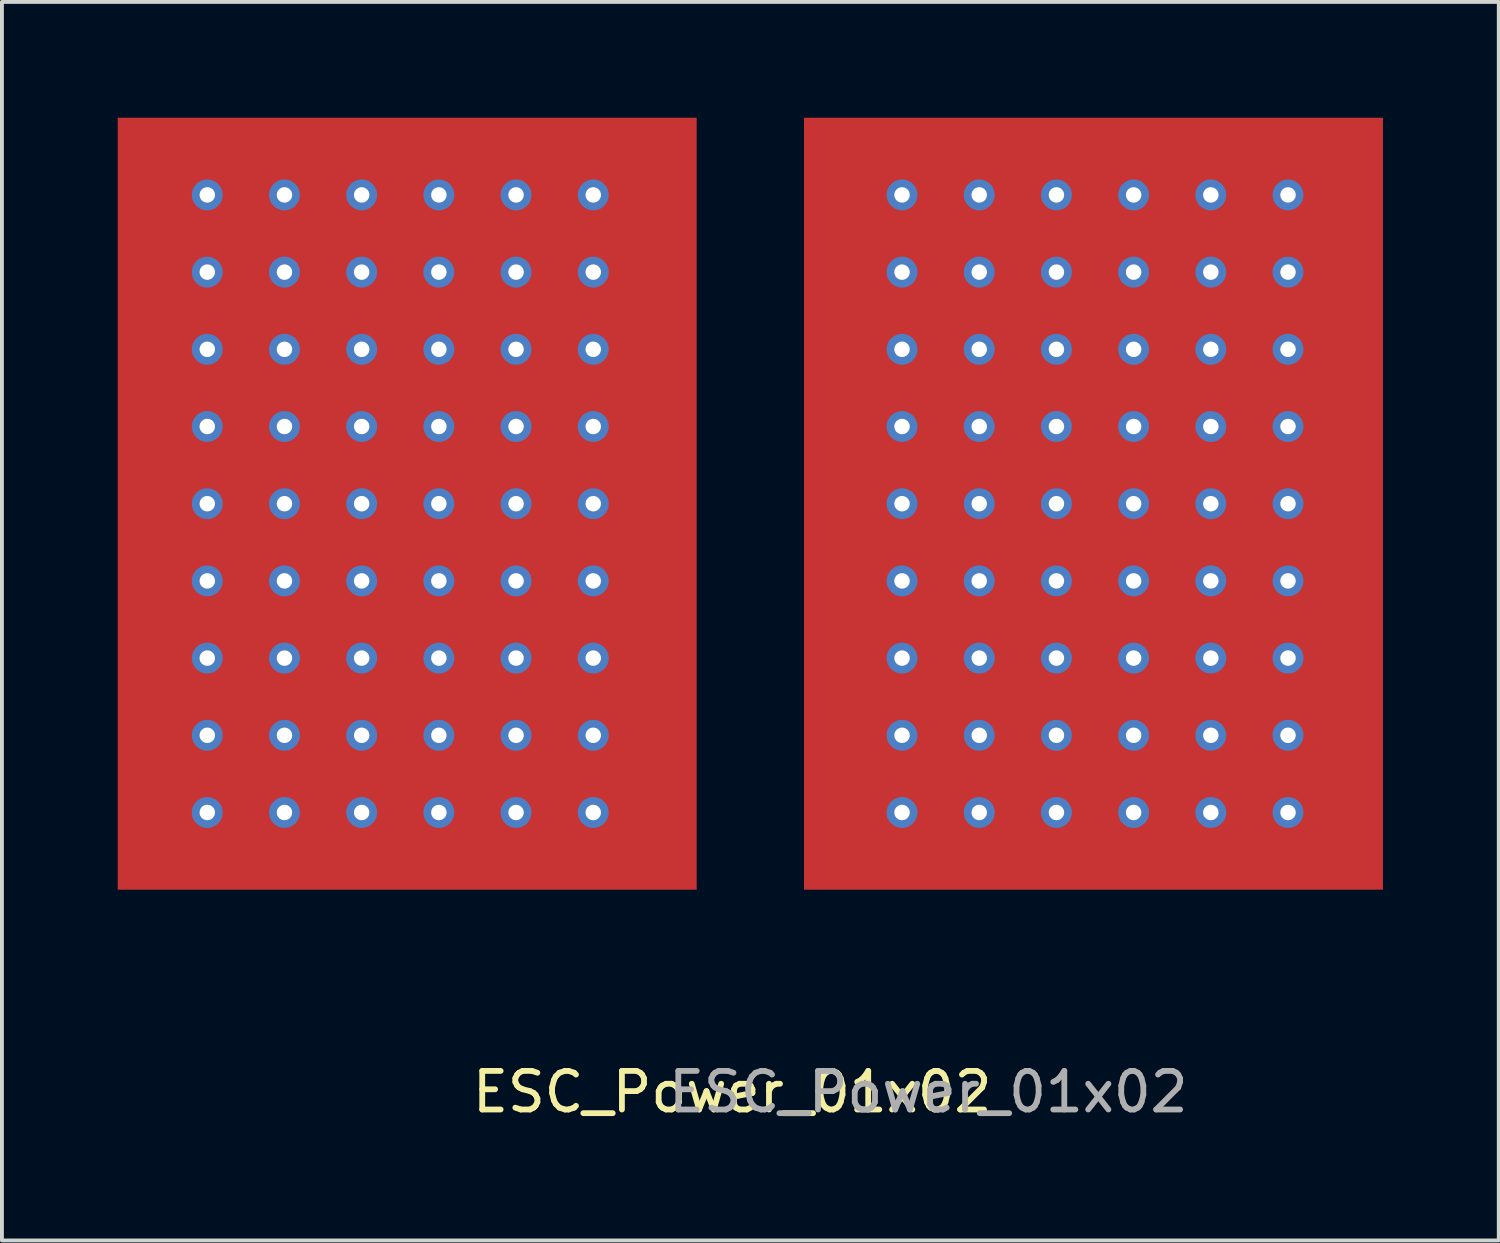
<source format=kicad_pcb>
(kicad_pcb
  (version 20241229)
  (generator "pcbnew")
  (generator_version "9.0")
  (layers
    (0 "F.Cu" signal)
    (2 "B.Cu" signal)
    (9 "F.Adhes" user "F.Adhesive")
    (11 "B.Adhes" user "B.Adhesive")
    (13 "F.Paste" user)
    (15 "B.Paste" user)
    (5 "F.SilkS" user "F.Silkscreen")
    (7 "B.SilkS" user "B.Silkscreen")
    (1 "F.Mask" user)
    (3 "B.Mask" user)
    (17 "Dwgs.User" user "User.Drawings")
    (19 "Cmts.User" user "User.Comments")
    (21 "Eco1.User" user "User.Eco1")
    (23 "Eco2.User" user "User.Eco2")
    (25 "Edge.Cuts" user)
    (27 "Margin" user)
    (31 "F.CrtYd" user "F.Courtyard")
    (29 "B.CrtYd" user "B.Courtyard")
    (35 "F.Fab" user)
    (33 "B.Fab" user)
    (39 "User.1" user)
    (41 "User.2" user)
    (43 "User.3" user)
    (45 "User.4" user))
  (footprint "ESC_Power_01x02"
    (layer "F.Cu")
    (at 16.32 10)
    (property "Reference" "ESC_Power_01x02" (at -0.4 15.24 0) (unlocked yes) (layer "F.SilkS") (effects (font (size 1 1) (thickness 0.15))))
    (attr smd)
    (fp_text user "${REFERENCE}" (at 4.68 15.24 0) (unlocked yes) (layer "F.Fab") (effects (font (size 1 1) (thickness 0.15))))
    (pad "1" thru_hole circle (at -14 -8) (size 0.8 0.8) (drill 0.4) (layers "*.Cu" "*.Mask"))
    (pad "1" thru_hole circle (at -14 -6) (size 0.8 0.8) (drill 0.4) (layers "*.Cu" "*.Mask"))
    (pad "1" thru_hole circle (at -14 -4) (size 0.8 0.8) (drill 0.4) (layers "*.Cu" "*.Mask"))
    (pad "1" thru_hole circle (at -14 -2) (size 0.8 0.8) (drill 0.4) (layers "*.Cu" "*.Mask"))
    (pad "1" thru_hole circle (at -14 0) (size 0.8 0.8) (drill 0.4) (layers "*.Cu" "*.Mask"))
    (pad "1" thru_hole circle (at -14 2) (size 0.8 0.8) (drill 0.4) (layers "*.Cu" "*.Mask"))
    (pad "1" thru_hole circle (at -14 4) (size 0.8 0.8) (drill 0.4) (layers "*.Cu" "*.Mask"))
    (pad "1" thru_hole circle (at -14 6) (size 0.8 0.8) (drill 0.4) (layers "*.Cu" "*.Mask"))
    (pad "1" thru_hole circle (at -14 8) (size 0.8 0.8) (drill 0.4) (layers "*.Cu" "*.Mask"))
    (pad "1" thru_hole circle (at -12 -8) (size 0.8 0.8) (drill 0.4) (layers "*.Cu" "*.Mask"))
    (pad "1" thru_hole circle (at -12 -6) (size 0.8 0.8) (drill 0.4) (layers "*.Cu" "*.Mask"))
    (pad "1" thru_hole circle (at -12 -4) (size 0.8 0.8) (drill 0.4) (layers "*.Cu" "*.Mask"))
    (pad "1" thru_hole circle (at -12 -2) (size 0.8 0.8) (drill 0.4) (layers "*.Cu" "*.Mask"))
    (pad "1" thru_hole circle (at -12 0) (size 0.8 0.8) (drill 0.4) (layers "*.Cu" "*.Mask"))
    (pad "1" thru_hole circle (at -12 2) (size 0.8 0.8) (drill 0.4) (layers "*.Cu" "*.Mask"))
    (pad "1" thru_hole circle (at -12 4) (size 0.8 0.8) (drill 0.4) (layers "*.Cu" "*.Mask"))
    (pad "1" thru_hole circle (at -12 6) (size 0.8 0.8) (drill 0.4) (layers "*.Cu" "*.Mask"))
    (pad "1" thru_hole circle (at -12 8) (size 0.8 0.8) (drill 0.4) (layers "*.Cu" "*.Mask"))
    (pad "1" thru_hole circle (at -10 -8) (size 0.8 0.8) (drill 0.4) (layers "*.Cu" "*.Mask"))
    (pad "1" thru_hole circle (at -10 -6) (size 0.8 0.8) (drill 0.4) (layers "*.Cu" "*.Mask"))
    (pad "1" thru_hole circle (at -10 -4) (size 0.8 0.8) (drill 0.4) (layers "*.Cu" "*.Mask"))
    (pad "1" thru_hole circle (at -10 -2) (size 0.8 0.8) (drill 0.4) (layers "*.Cu" "*.Mask"))
    (pad "1" thru_hole circle (at -10 0) (size 0.8 0.8) (drill 0.4) (layers "*.Cu" "*.Mask"))
    (pad "1" thru_hole circle (at -10 2) (size 0.8 0.8) (drill 0.4) (layers "*.Cu" "*.Mask"))
    (pad "1" thru_hole circle (at -10 4) (size 0.8 0.8) (drill 0.4) (layers "*.Cu" "*.Mask"))
    (pad "1" thru_hole circle (at -10 6) (size 0.8 0.8) (drill 0.4) (layers "*.Cu" "*.Mask"))
    (pad "1" thru_hole circle (at -10 8) (size 0.8 0.8) (drill 0.4) (layers "*.Cu" "*.Mask"))
    (pad "1" smd trapezoid (at -8.82 0) (size 15 20) (layers "F.Cu" "F.Mask" "F.Paste"))
    (pad "1" thru_hole circle (at -8 -8) (size 0.8 0.8) (drill 0.4) (layers "*.Cu" "*.Mask"))
    (pad "1" thru_hole circle (at -8 -6) (size 0.8 0.8) (drill 0.4) (layers "*.Cu" "*.Mask"))
    (pad "1" thru_hole circle (at -8 -4) (size 0.8 0.8) (drill 0.4) (layers "*.Cu" "*.Mask"))
    (pad "1" thru_hole circle (at -8 -2) (size 0.8 0.8) (drill 0.4) (layers "*.Cu" "*.Mask"))
    (pad "1" thru_hole circle (at -8 0) (size 0.8 0.8) (drill 0.4) (layers "*.Cu" "*.Mask"))
    (pad "1" thru_hole circle (at -8 2) (size 0.8 0.8) (drill 0.4) (layers "*.Cu" "*.Mask"))
    (pad "1" thru_hole circle (at -8 4) (size 0.8 0.8) (drill 0.4) (layers "*.Cu" "*.Mask"))
    (pad "1" thru_hole circle (at -8 6) (size 0.8 0.8) (drill 0.4) (layers "*.Cu" "*.Mask"))
    (pad "1" thru_hole circle (at -8 8) (size 0.8 0.8) (drill 0.4) (layers "*.Cu" "*.Mask"))
    (pad "1" thru_hole circle (at -6 -8) (size 0.8 0.8) (drill 0.4) (layers "*.Cu" "*.Mask"))
    (pad "1" thru_hole circle (at -6 -6) (size 0.8 0.8) (drill 0.4) (layers "*.Cu" "*.Mask"))
    (pad "1" thru_hole circle (at -6 -4) (size 0.8 0.8) (drill 0.4) (layers "*.Cu" "*.Mask"))
    (pad "1" thru_hole circle (at -6 -2) (size 0.8 0.8) (drill 0.4) (layers "*.Cu" "*.Mask"))
    (pad "1" thru_hole circle (at -6 0) (size 0.8 0.8) (drill 0.4) (layers "*.Cu" "*.Mask"))
    (pad "1" thru_hole circle (at -6 2) (size 0.8 0.8) (drill 0.4) (layers "*.Cu" "*.Mask"))
    (pad "1" thru_hole circle (at -6 4) (size 0.8 0.8) (drill 0.4) (layers "*.Cu" "*.Mask"))
    (pad "1" thru_hole circle (at -6 6) (size 0.8 0.8) (drill 0.4) (layers "*.Cu" "*.Mask"))
    (pad "1" thru_hole circle (at -6 8) (size 0.8 0.8) (drill 0.4) (layers "*.Cu" "*.Mask"))
    (pad "1" thru_hole circle (at -4 -8) (size 0.8 0.8) (drill 0.4) (layers "*.Cu" "*.Mask"))
    (pad "1" thru_hole circle (at -4 -6) (size 0.8 0.8) (drill 0.4) (layers "*.Cu" "*.Mask"))
    (pad "1" thru_hole circle (at -4 -4) (size 0.8 0.8) (drill 0.4) (layers "*.Cu" "*.Mask"))
    (pad "1" thru_hole circle (at -4 -2) (size 0.8 0.8) (drill 0.4) (layers "*.Cu" "*.Mask"))
    (pad "1" thru_hole circle (at -4 0) (size 0.8 0.8) (drill 0.4) (layers "*.Cu" "*.Mask"))
    (pad "1" thru_hole circle (at -4 2) (size 0.8 0.8) (drill 0.4) (layers "*.Cu" "*.Mask"))
    (pad "1" thru_hole circle (at -4 4) (size 0.8 0.8) (drill 0.4) (layers "*.Cu" "*.Mask"))
    (pad "1" thru_hole circle (at -4 6) (size 0.8 0.8) (drill 0.4) (layers "*.Cu" "*.Mask"))
    (pad "1" thru_hole circle (at -4 8) (size 0.8 0.8) (drill 0.4) (layers "*.Cu" "*.Mask"))
    (pad "2" thru_hole circle (at 4 -8) (size 0.8 0.8) (drill 0.4) (layers "*.Cu" "*.Mask"))
    (pad "2" thru_hole circle (at 4 -6) (size 0.8 0.8) (drill 0.4) (layers "*.Cu" "*.Mask"))
    (pad "2" thru_hole circle (at 4 -4) (size 0.8 0.8) (drill 0.4) (layers "*.Cu" "*.Mask"))
    (pad "2" thru_hole circle (at 4 -2) (size 0.8 0.8) (drill 0.4) (layers "*.Cu" "*.Mask"))
    (pad "2" thru_hole circle (at 4 0) (size 0.8 0.8) (drill 0.4) (layers "*.Cu" "*.Mask"))
    (pad "2" thru_hole circle (at 4 2) (size 0.8 0.8) (drill 0.4) (layers "*.Cu" "*.Mask"))
    (pad "2" thru_hole circle (at 4 4) (size 0.8 0.8) (drill 0.4) (layers "*.Cu" "*.Mask"))
    (pad "2" thru_hole circle (at 4 6) (size 0.8 0.8) (drill 0.4) (layers "*.Cu" "*.Mask"))
    (pad "2" thru_hole circle (at 4 8) (size 0.8 0.8) (drill 0.4) (layers "*.Cu" "*.Mask"))
    (pad "2" thru_hole circle (at 6 -8) (size 0.8 0.8) (drill 0.4) (layers "*.Cu" "*.Mask"))
    (pad "2" thru_hole circle (at 6 -6) (size 0.8 0.8) (drill 0.4) (layers "*.Cu" "*.Mask"))
    (pad "2" thru_hole circle (at 6 -4) (size 0.8 0.8) (drill 0.4) (layers "*.Cu" "*.Mask"))
    (pad "2" thru_hole circle (at 6 -2) (size 0.8 0.8) (drill 0.4) (layers "*.Cu" "*.Mask"))
    (pad "2" thru_hole circle (at 6 0) (size 0.8 0.8) (drill 0.4) (layers "*.Cu" "*.Mask"))
    (pad "2" thru_hole circle (at 6 2) (size 0.8 0.8) (drill 0.4) (layers "*.Cu" "*.Mask"))
    (pad "2" thru_hole circle (at 6 4) (size 0.8 0.8) (drill 0.4) (layers "*.Cu" "*.Mask"))
    (pad "2" thru_hole circle (at 6 6) (size 0.8 0.8) (drill 0.4) (layers "*.Cu" "*.Mask"))
    (pad "2" thru_hole circle (at 6 8) (size 0.8 0.8) (drill 0.4) (layers "*.Cu" "*.Mask"))
    (pad "2" thru_hole circle (at 8 -8) (size 0.8 0.8) (drill 0.4) (layers "*.Cu" "*.Mask"))
    (pad "2" thru_hole circle (at 8 -6) (size 0.8 0.8) (drill 0.4) (layers "*.Cu" "*.Mask"))
    (pad "2" thru_hole circle (at 8 -4) (size 0.8 0.8) (drill 0.4) (layers "*.Cu" "*.Mask"))
    (pad "2" thru_hole circle (at 8 -2) (size 0.8 0.8) (drill 0.4) (layers "*.Cu" "*.Mask"))
    (pad "2" thru_hole circle (at 8 0) (size 0.8 0.8) (drill 0.4) (layers "*.Cu" "*.Mask"))
    (pad "2" thru_hole circle (at 8 2) (size 0.8 0.8) (drill 0.4) (layers "*.Cu" "*.Mask"))
    (pad "2" thru_hole circle (at 8 4) (size 0.8 0.8) (drill 0.4) (layers "*.Cu" "*.Mask"))
    (pad "2" thru_hole circle (at 8 6) (size 0.8 0.8) (drill 0.4) (layers "*.Cu" "*.Mask"))
    (pad "2" thru_hole circle (at 8 8) (size 0.8 0.8) (drill 0.4) (layers "*.Cu" "*.Mask"))
    (pad "2" smd trapezoid (at 8.96 0) (size 15 20) (layers "F.Cu" "F.Mask" "F.Paste"))
    (pad "2" thru_hole circle (at 10 -8) (size 0.8 0.8) (drill 0.4) (layers "*.Cu" "*.Mask"))
    (pad "2" thru_hole circle (at 10 -6) (size 0.8 0.8) (drill 0.4) (layers "*.Cu" "*.Mask"))
    (pad "2" thru_hole circle (at 10 -4) (size 0.8 0.8) (drill 0.4) (layers "*.Cu" "*.Mask"))
    (pad "2" thru_hole circle (at 10 -2) (size 0.8 0.8) (drill 0.4) (layers "*.Cu" "*.Mask"))
    (pad "2" thru_hole circle (at 10 0) (size 0.8 0.8) (drill 0.4) (layers "*.Cu" "*.Mask"))
    (pad "2" thru_hole circle (at 10 2) (size 0.8 0.8) (drill 0.4) (layers "*.Cu" "*.Mask"))
    (pad "2" thru_hole circle (at 10 4) (size 0.8 0.8) (drill 0.4) (layers "*.Cu" "*.Mask"))
    (pad "2" thru_hole circle (at 10 6) (size 0.8 0.8) (drill 0.4) (layers "*.Cu" "*.Mask"))
    (pad "2" thru_hole circle (at 10 8) (size 0.8 0.8) (drill 0.4) (layers "*.Cu" "*.Mask"))
    (pad "2" thru_hole circle (at 12 -8) (size 0.8 0.8) (drill 0.4) (layers "*.Cu" "*.Mask"))
    (pad "2" thru_hole circle (at 12 -6) (size 0.8 0.8) (drill 0.4) (layers "*.Cu" "*.Mask"))
    (pad "2" thru_hole circle (at 12 -4) (size 0.8 0.8) (drill 0.4) (layers "*.Cu" "*.Mask"))
    (pad "2" thru_hole circle (at 12 -2) (size 0.8 0.8) (drill 0.4) (layers "*.Cu" "*.Mask"))
    (pad "2" thru_hole circle (at 12 0) (size 0.8 0.8) (drill 0.4) (layers "*.Cu" "*.Mask"))
    (pad "2" thru_hole circle (at 12 2) (size 0.8 0.8) (drill 0.4) (layers "*.Cu" "*.Mask"))
    (pad "2" thru_hole circle (at 12 4) (size 0.8 0.8) (drill 0.4) (layers "*.Cu" "*.Mask"))
    (pad "2" thru_hole circle (at 12 6) (size 0.8 0.8) (drill 0.4) (layers "*.Cu" "*.Mask"))
    (pad "2" thru_hole circle (at 12 8) (size 0.8 0.8) (drill 0.4) (layers "*.Cu" "*.Mask"))
    (pad "2" thru_hole circle (at 14 -8) (size 0.8 0.8) (drill 0.4) (layers "*.Cu" "*.Mask"))
    (pad "2" thru_hole circle (at 14 -6) (size 0.8 0.8) (drill 0.4) (layers "*.Cu" "*.Mask"))
    (pad "2" thru_hole circle (at 14 -4) (size 0.8 0.8) (drill 0.4) (layers "*.Cu" "*.Mask"))
    (pad "2" thru_hole circle (at 14 -2) (size 0.8 0.8) (drill 0.4) (layers "*.Cu" "*.Mask"))
    (pad "2" thru_hole circle (at 14 0) (size 0.8 0.8) (drill 0.4) (layers "*.Cu" "*.Mask"))
    (pad "2" thru_hole circle (at 14 2) (size 0.8 0.8) (drill 0.4) (layers "*.Cu" "*.Mask"))
    (pad "2" thru_hole circle (at 14 4) (size 0.8 0.8) (drill 0.4) (layers "*.Cu" "*.Mask"))
    (pad "2" thru_hole circle (at 14 6) (size 0.8 0.8) (drill 0.4) (layers "*.Cu" "*.Mask"))
    (pad "2" thru_hole circle (at 14 8) (size 0.8 0.8) (drill 0.4) (layers "*.Cu" "*.Mask")))
  (gr_rect
    (start -3 -3)
    (end 35.78 29.088)
    (stroke (width 0.1) (type default))
    (fill no)
    (layer "Edge.Cuts")))
</source>
